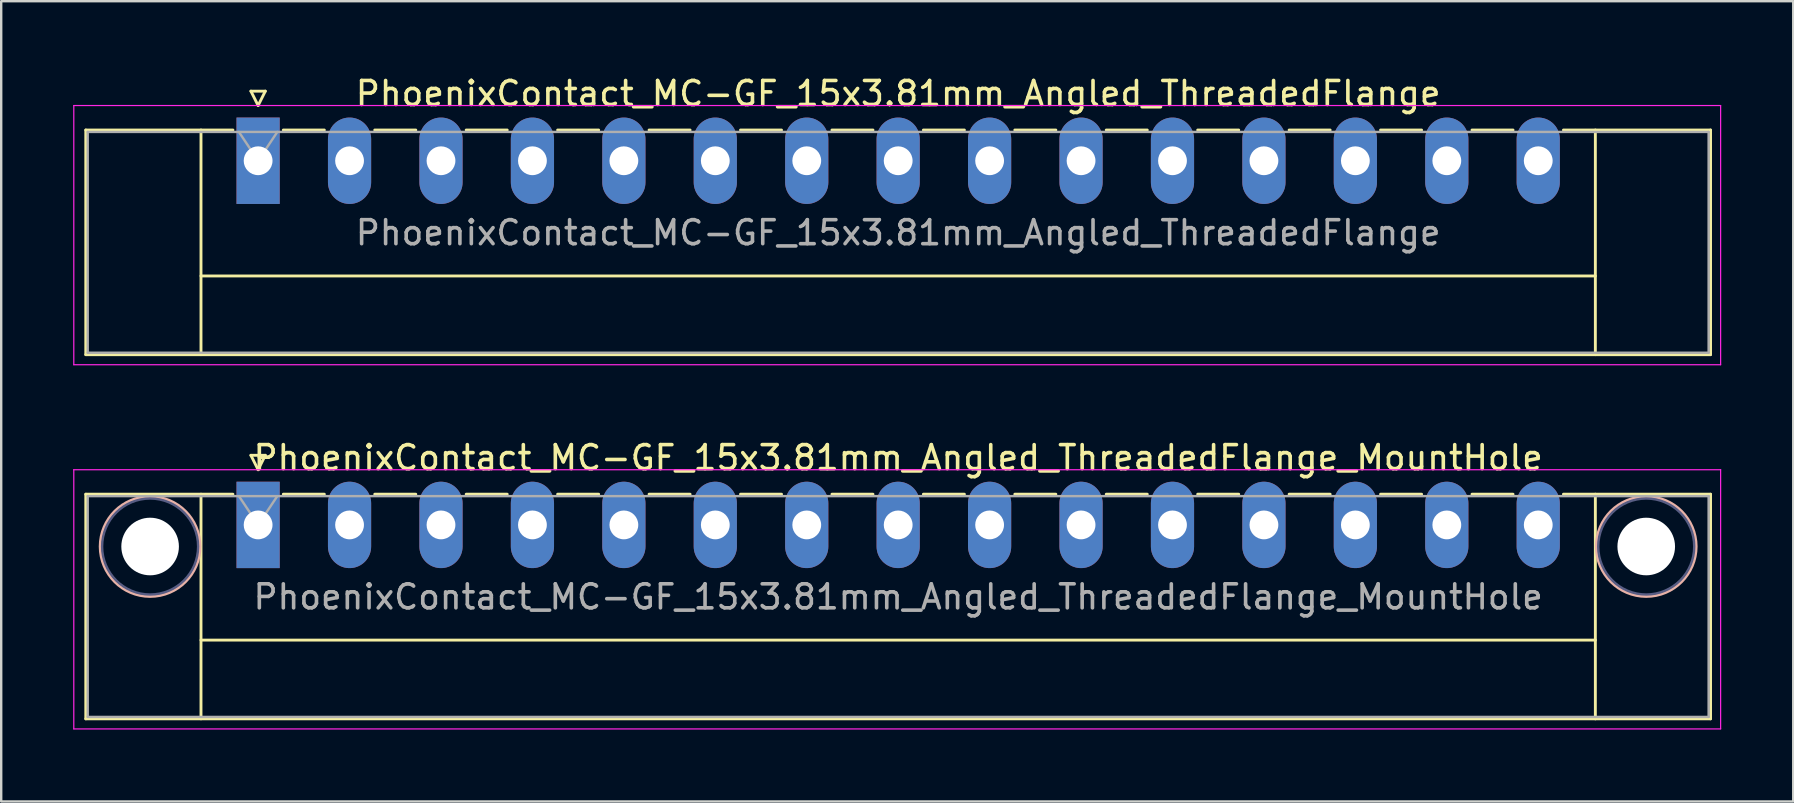
<source format=kicad_pcb>
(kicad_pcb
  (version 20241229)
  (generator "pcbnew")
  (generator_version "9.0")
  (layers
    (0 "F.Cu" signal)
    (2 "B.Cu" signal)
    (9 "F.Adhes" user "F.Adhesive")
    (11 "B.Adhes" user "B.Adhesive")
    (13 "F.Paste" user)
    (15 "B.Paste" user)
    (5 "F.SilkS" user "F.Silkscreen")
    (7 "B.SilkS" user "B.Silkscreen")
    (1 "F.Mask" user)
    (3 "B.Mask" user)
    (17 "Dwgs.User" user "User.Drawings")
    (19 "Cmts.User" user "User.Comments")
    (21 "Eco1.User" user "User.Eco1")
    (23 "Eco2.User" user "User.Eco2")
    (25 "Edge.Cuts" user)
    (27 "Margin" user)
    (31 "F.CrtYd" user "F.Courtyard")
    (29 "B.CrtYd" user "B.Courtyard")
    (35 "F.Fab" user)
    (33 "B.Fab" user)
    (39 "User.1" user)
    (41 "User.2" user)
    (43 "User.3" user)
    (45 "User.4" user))
  (footprint "PhoenixContact_MC-GF_15x3.81mm_Angled_ThreadedFlange"
    (layer "F.Cu")
    (at 7.705 3.648)
    (property "Reference" "PhoenixContact_MC-GF_15x3.81mm_Angled_ThreadedFlange" (at 26.67 -2.8 0) (layer "F.SilkS") (effects (font (size 1 1) (thickness 0.15))))
    (attr through_hole)
    (fp_line (start -7.18 -1.28) (end -7.18 8.08) (stroke (width 0.12) (type solid)) (layer "F.SilkS"))
    (fp_line (start -7.18 -1.28) (end -1.05 -1.28) (stroke (width 0.12) (type solid)) (layer "F.SilkS"))
    (fp_line (start -7.18 8.08) (end 60.52 8.08) (stroke (width 0.12) (type solid)) (layer "F.SilkS"))
    (fp_line (start -2.38 -1.28) (end -2.38 8.08) (stroke (width 0.12) (type solid)) (layer "F.SilkS"))
    (fp_line (start -2.38 4.8) (end 55.72 4.8) (stroke (width 0.12) (type solid)) (layer "F.SilkS"))
    (fp_line (start -0.3 -2.9) (end 0.3 -2.9) (stroke (width 0.12) (type solid)) (layer "F.SilkS"))
    (fp_line (start 0 -2.3) (end -0.3 -2.9) (stroke (width 0.12) (type solid)) (layer "F.SilkS"))
    (fp_line (start 0.3 -2.9) (end 0 -2.3) (stroke (width 0.12) (type solid)) (layer "F.SilkS"))
    (fp_line (start 1.05 -1.28) (end 2.76 -1.28) (stroke (width 0.12) (type solid)) (layer "F.SilkS"))
    (fp_line (start 4.86 -1.28) (end 6.57 -1.28) (stroke (width 0.12) (type solid)) (layer "F.SilkS"))
    (fp_line (start 8.67 -1.28) (end 10.38 -1.28) (stroke (width 0.12) (type solid)) (layer "F.SilkS"))
    (fp_line (start 12.48 -1.28) (end 14.19 -1.28) (stroke (width 0.12) (type solid)) (layer "F.SilkS"))
    (fp_line (start 16.29 -1.28) (end 18 -1.28) (stroke (width 0.12) (type solid)) (layer "F.SilkS"))
    (fp_line (start 20.1 -1.28) (end 21.81 -1.28) (stroke (width 0.12) (type solid)) (layer "F.SilkS"))
    (fp_line (start 23.91 -1.28) (end 25.62 -1.28) (stroke (width 0.12) (type solid)) (layer "F.SilkS"))
    (fp_line (start 27.72 -1.28) (end 29.43 -1.28) (stroke (width 0.12) (type solid)) (layer "F.SilkS"))
    (fp_line (start 31.53 -1.28) (end 33.24 -1.28) (stroke (width 0.12) (type solid)) (layer "F.SilkS"))
    (fp_line (start 35.34 -1.28) (end 37.05 -1.28) (stroke (width 0.12) (type solid)) (layer "F.SilkS"))
    (fp_line (start 39.15 -1.28) (end 40.86 -1.28) (stroke (width 0.12) (type solid)) (layer "F.SilkS"))
    (fp_line (start 42.96 -1.28) (end 44.67 -1.28) (stroke (width 0.12) (type solid)) (layer "F.SilkS"))
    (fp_line (start 46.77 -1.28) (end 48.48 -1.28) (stroke (width 0.12) (type solid)) (layer "F.SilkS"))
    (fp_line (start 50.58 -1.28) (end 52.29 -1.28) (stroke (width 0.12) (type solid)) (layer "F.SilkS"))
    (fp_line (start 55.72 -1.28) (end 55.72 8.08) (stroke (width 0.12) (type solid)) (layer "F.SilkS"))
    (fp_line (start 60.52 -1.28) (end 54.39 -1.28) (stroke (width 0.12) (type solid)) (layer "F.SilkS"))
    (fp_line (start 60.52 8.08) (end 60.52 -1.28) (stroke (width 0.12) (type solid)) (layer "F.SilkS"))
    (fp_line (start -7.68 -2.3) (end -7.68 8.5) (stroke (width 0.05) (type solid)) (layer "F.CrtYd"))
    (fp_line (start -7.68 8.5) (end 60.94 8.5) (stroke (width 0.05) (type solid)) (layer "F.CrtYd"))
    (fp_line (start 60.94 -2.3) (end -7.68 -2.3) (stroke (width 0.05) (type solid)) (layer "F.CrtYd"))
    (fp_line (start 60.94 8.5) (end 60.94 -2.3) (stroke (width 0.05) (type solid)) (layer "F.CrtYd"))
    (fp_line (start -7.1 -1.2) (end -7.1 8) (stroke (width 0.1) (type solid)) (layer "F.Fab"))
    (fp_line (start -7.1 8) (end 60.44 8) (stroke (width 0.1) (type solid)) (layer "F.Fab"))
    (fp_line (start 0 0) (end -0.8 -1.2) (stroke (width 0.1) (type solid)) (layer "F.Fab"))
    (fp_line (start 0.8 -1.2) (end 0 0) (stroke (width 0.1) (type solid)) (layer "F.Fab"))
    (fp_line (start 60.44 -1.2) (end -7.1 -1.2) (stroke (width 0.1) (type solid)) (layer "F.Fab"))
    (fp_line (start 60.44 8) (end 60.44 -1.2) (stroke (width 0.1) (type solid)) (layer "F.Fab"))
    (fp_text user "${REFERENCE}" (at 26.67 3 0) (layer "F.Fab") (effects (font (size 1 1) (thickness 0.15))))
    (pad "1" thru_hole rect (at 0 0) (size 1.8 3.6) (drill 1.2) (layers "*.Cu" "*.Mask"))
    (pad "2" thru_hole oval (at 3.81 0) (size 1.8 3.6) (drill 1.2) (layers "*.Cu" "*.Mask"))
    (pad "3" thru_hole oval (at 7.62 0) (size 1.8 3.6) (drill 1.2) (layers "*.Cu" "*.Mask"))
    (pad "4" thru_hole oval (at 11.43 0) (size 1.8 3.6) (drill 1.2) (layers "*.Cu" "*.Mask"))
    (pad "5" thru_hole oval (at 15.24 0) (size 1.8 3.6) (drill 1.2) (layers "*.Cu" "*.Mask"))
    (pad "6" thru_hole oval (at 19.05 0) (size 1.8 3.6) (drill 1.2) (layers "*.Cu" "*.Mask"))
    (pad "7" thru_hole oval (at 22.86 0) (size 1.8 3.6) (drill 1.2) (layers "*.Cu" "*.Mask"))
    (pad "8" thru_hole oval (at 26.67 0) (size 1.8 3.6) (drill 1.2) (layers "*.Cu" "*.Mask"))
    (pad "9" thru_hole oval (at 30.48 0) (size 1.8 3.6) (drill 1.2) (layers "*.Cu" "*.Mask"))
    (pad "10" thru_hole oval (at 34.29 0) (size 1.8 3.6) (drill 1.2) (layers "*.Cu" "*.Mask"))
    (pad "11" thru_hole oval (at 38.1 0) (size 1.8 3.6) (drill 1.2) (layers "*.Cu" "*.Mask"))
    (pad "12" thru_hole oval (at 41.91 0) (size 1.8 3.6) (drill 1.2) (layers "*.Cu" "*.Mask"))
    (pad "13" thru_hole oval (at 45.72 0) (size 1.8 3.6) (drill 1.2) (layers "*.Cu" "*.Mask"))
    (pad "14" thru_hole oval (at 49.53 0) (size 1.8 3.6) (drill 1.2) (layers "*.Cu" "*.Mask"))
    (pad "15" thru_hole oval (at 53.34 0) (size 1.8 3.6) (drill 1.2) (layers "*.Cu" "*.Mask")))
  (footprint "PhoenixContact_MC-GF_15x3.81mm_Angled_ThreadedFlange_MountHole"
    (layer "F.Cu")
    (at 7.705 18.822)
    (property "Reference" "PhoenixContact_MC-GF_15x3.81mm_Angled_ThreadedFlange_MountHole" (at 26.67 -2.8 0) (layer "F.SilkS") (effects (font (size 1 1) (thickness 0.15))))
    (attr through_hole)
    (fp_line (start -7.18 -1.28) (end -7.18 8.08) (stroke (width 0.12) (type solid)) (layer "F.SilkS"))
    (fp_line (start -7.18 -1.28) (end -1.05 -1.28) (stroke (width 0.12) (type solid)) (layer "F.SilkS"))
    (fp_line (start -7.18 8.08) (end 60.52 8.08) (stroke (width 0.12) (type solid)) (layer "F.SilkS"))
    (fp_line (start -2.38 -1.28) (end -2.38 8.08) (stroke (width 0.12) (type solid)) (layer "F.SilkS"))
    (fp_line (start -2.38 4.8) (end 55.72 4.8) (stroke (width 0.12) (type solid)) (layer "F.SilkS"))
    (fp_line (start -0.3 -2.9) (end 0.3 -2.9) (stroke (width 0.12) (type solid)) (layer "F.SilkS"))
    (fp_line (start 0 -2.3) (end -0.3 -2.9) (stroke (width 0.12) (type solid)) (layer "F.SilkS"))
    (fp_line (start 0.3 -2.9) (end 0 -2.3) (stroke (width 0.12) (type solid)) (layer "F.SilkS"))
    (fp_line (start 1.05 -1.28) (end 2.76 -1.28) (stroke (width 0.12) (type solid)) (layer "F.SilkS"))
    (fp_line (start 4.86 -1.28) (end 6.57 -1.28) (stroke (width 0.12) (type solid)) (layer "F.SilkS"))
    (fp_line (start 8.67 -1.28) (end 10.38 -1.28) (stroke (width 0.12) (type solid)) (layer "F.SilkS"))
    (fp_line (start 12.48 -1.28) (end 14.19 -1.28) (stroke (width 0.12) (type solid)) (layer "F.SilkS"))
    (fp_line (start 16.29 -1.28) (end 18 -1.28) (stroke (width 0.12) (type solid)) (layer "F.SilkS"))
    (fp_line (start 20.1 -1.28) (end 21.81 -1.28) (stroke (width 0.12) (type solid)) (layer "F.SilkS"))
    (fp_line (start 23.91 -1.28) (end 25.62 -1.28) (stroke (width 0.12) (type solid)) (layer "F.SilkS"))
    (fp_line (start 27.72 -1.28) (end 29.43 -1.28) (stroke (width 0.12) (type solid)) (layer "F.SilkS"))
    (fp_line (start 31.53 -1.28) (end 33.24 -1.28) (stroke (width 0.12) (type solid)) (layer "F.SilkS"))
    (fp_line (start 35.34 -1.28) (end 37.05 -1.28) (stroke (width 0.12) (type solid)) (layer "F.SilkS"))
    (fp_line (start 39.15 -1.28) (end 40.86 -1.28) (stroke (width 0.12) (type solid)) (layer "F.SilkS"))
    (fp_line (start 42.96 -1.28) (end 44.67 -1.28) (stroke (width 0.12) (type solid)) (layer "F.SilkS"))
    (fp_line (start 46.77 -1.28) (end 48.48 -1.28) (stroke (width 0.12) (type solid)) (layer "F.SilkS"))
    (fp_line (start 50.58 -1.28) (end 52.29 -1.28) (stroke (width 0.12) (type solid)) (layer "F.SilkS"))
    (fp_line (start 55.72 -1.28) (end 55.72 8.08) (stroke (width 0.12) (type solid)) (layer "F.SilkS"))
    (fp_line (start 60.52 -1.28) (end 54.39 -1.28) (stroke (width 0.12) (type solid)) (layer "F.SilkS"))
    (fp_line (start 60.52 8.08) (end 60.52 -1.28) (stroke (width 0.12) (type solid)) (layer "F.SilkS"))
    (fp_circle (center -4.5 0.9) (end -2.42 0.9) (stroke (width 0.12) (type solid)) (fill no) (layer "B.SilkS"))
    (fp_circle (center 57.84 0.9) (end 59.92 0.9) (stroke (width 0.12) (type solid)) (fill no) (layer "B.SilkS"))
    (fp_line (start -7.68 -2.3) (end -7.68 8.5) (stroke (width 0.05) (type solid)) (layer "F.CrtYd"))
    (fp_line (start -7.68 8.5) (end 60.94 8.5) (stroke (width 0.05) (type solid)) (layer "F.CrtYd"))
    (fp_line (start 60.94 -2.3) (end -7.68 -2.3) (stroke (width 0.05) (type solid)) (layer "F.CrtYd"))
    (fp_line (start 60.94 8.5) (end 60.94 -2.3) (stroke (width 0.05) (type solid)) (layer "F.CrtYd"))
    (fp_circle (center -4.5 0.9) (end -2.5 0.9) (stroke (width 0.1) (type solid)) (fill no) (layer "B.Fab"))
    (fp_circle (center 57.84 0.9) (end 59.84 0.9) (stroke (width 0.1) (type solid)) (fill no) (layer "B.Fab"))
    (fp_line (start -7.1 -1.2) (end -7.1 8) (stroke (width 0.1) (type solid)) (layer "F.Fab"))
    (fp_line (start -7.1 8) (end 60.44 8) (stroke (width 0.1) (type solid)) (layer "F.Fab"))
    (fp_line (start 0 0) (end -0.8 -1.2) (stroke (width 0.1) (type solid)) (layer "F.Fab"))
    (fp_line (start 0.8 -1.2) (end 0 0) (stroke (width 0.1) (type solid)) (layer "F.Fab"))
    (fp_line (start 60.44 -1.2) (end -7.1 -1.2) (stroke (width 0.1) (type solid)) (layer "F.Fab"))
    (fp_line (start 60.44 8) (end 60.44 -1.2) (stroke (width 0.1) (type solid)) (layer "F.Fab"))
    (fp_text user "${REFERENCE}" (at 26.67 3 0) (layer "F.Fab") (effects (font (size 1 1) (thickness 0.15))))
    (pad "" np_thru_hole circle (at -4.5 0.9) (size 2.4 2.4) (drill 2.4) (layers "*.Cu" "*.Mask"))
    (pad "" np_thru_hole circle (at 57.84 0.9) (size 2.4 2.4) (drill 2.4) (layers "*.Cu" "*.Mask"))
    (pad "1" thru_hole rect (at 0 0) (size 1.8 3.6) (drill 1.2) (layers "*.Cu" "*.Mask"))
    (pad "2" thru_hole oval (at 3.81 0) (size 1.8 3.6) (drill 1.2) (layers "*.Cu" "*.Mask"))
    (pad "3" thru_hole oval (at 7.62 0) (size 1.8 3.6) (drill 1.2) (layers "*.Cu" "*.Mask"))
    (pad "4" thru_hole oval (at 11.43 0) (size 1.8 3.6) (drill 1.2) (layers "*.Cu" "*.Mask"))
    (pad "5" thru_hole oval (at 15.24 0) (size 1.8 3.6) (drill 1.2) (layers "*.Cu" "*.Mask"))
    (pad "6" thru_hole oval (at 19.05 0) (size 1.8 3.6) (drill 1.2) (layers "*.Cu" "*.Mask"))
    (pad "7" thru_hole oval (at 22.86 0) (size 1.8 3.6) (drill 1.2) (layers "*.Cu" "*.Mask"))
    (pad "8" thru_hole oval (at 26.67 0) (size 1.8 3.6) (drill 1.2) (layers "*.Cu" "*.Mask"))
    (pad "9" thru_hole oval (at 30.48 0) (size 1.8 3.6) (drill 1.2) (layers "*.Cu" "*.Mask"))
    (pad "10" thru_hole oval (at 34.29 0) (size 1.8 3.6) (drill 1.2) (layers "*.Cu" "*.Mask"))
    (pad "11" thru_hole oval (at 38.1 0) (size 1.8 3.6) (drill 1.2) (layers "*.Cu" "*.Mask"))
    (pad "12" thru_hole oval (at 41.91 0) (size 1.8 3.6) (drill 1.2) (layers "*.Cu" "*.Mask"))
    (pad "13" thru_hole oval (at 45.72 0) (size 1.8 3.6) (drill 1.2) (layers "*.Cu" "*.Mask"))
    (pad "14" thru_hole oval (at 49.53 0) (size 1.8 3.6) (drill 1.2) (layers "*.Cu" "*.Mask"))
    (pad "15" thru_hole oval (at 53.34 0) (size 1.8 3.6) (drill 1.2) (layers "*.Cu" "*.Mask")))
  (gr_rect
    (start -3 -3)
    (end 71.67 30.346)
    (stroke (width 0.1) (type default))
    (fill no)
    (layer "Edge.Cuts")))
</source>
